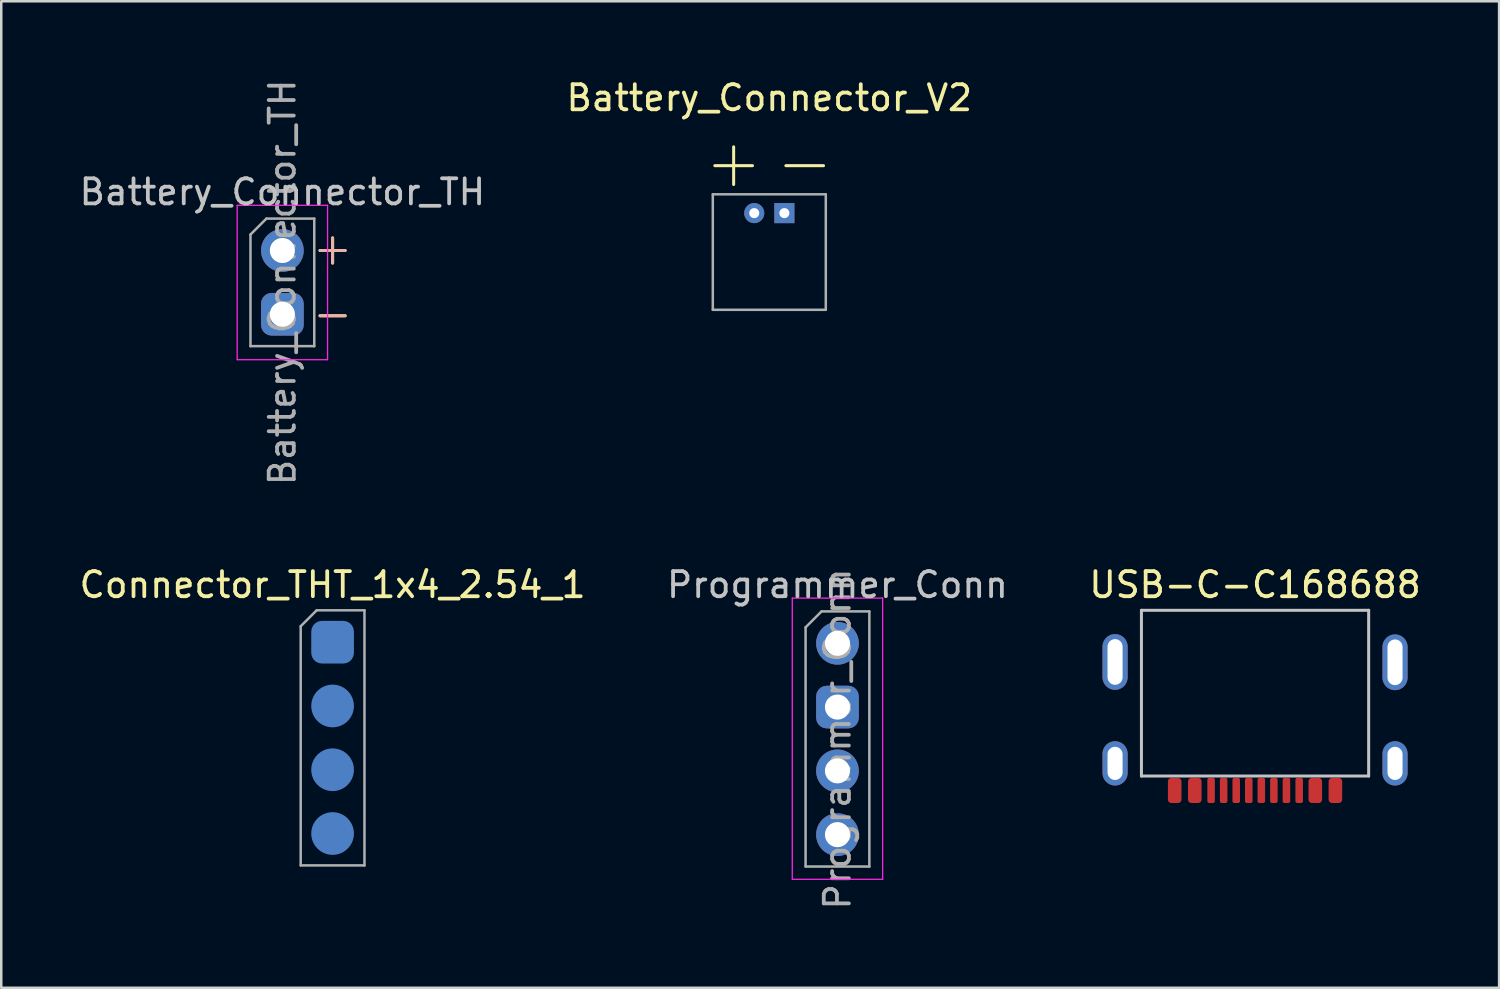
<source format=kicad_pcb>
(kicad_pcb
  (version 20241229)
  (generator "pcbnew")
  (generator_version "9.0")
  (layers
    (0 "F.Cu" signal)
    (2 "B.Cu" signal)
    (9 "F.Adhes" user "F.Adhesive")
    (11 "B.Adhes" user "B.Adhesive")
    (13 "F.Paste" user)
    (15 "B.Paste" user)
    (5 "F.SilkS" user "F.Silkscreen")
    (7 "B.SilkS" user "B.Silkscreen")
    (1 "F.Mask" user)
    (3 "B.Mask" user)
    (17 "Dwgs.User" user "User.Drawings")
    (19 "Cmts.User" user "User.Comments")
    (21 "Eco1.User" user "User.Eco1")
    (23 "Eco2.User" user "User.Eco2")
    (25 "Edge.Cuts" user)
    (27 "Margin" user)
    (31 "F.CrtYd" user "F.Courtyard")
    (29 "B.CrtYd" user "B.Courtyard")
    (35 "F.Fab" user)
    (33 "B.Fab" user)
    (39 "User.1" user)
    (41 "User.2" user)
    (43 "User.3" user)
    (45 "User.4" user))
  (footprint "Programmer_Conn"
    (layer "F.Cu")
    (at 30.304 22.571)
    (property "Reference" "Programmer_Conn" (at 0 -2.33 0) (layer "Dwgs.User") (effects (font (size 1 1) (thickness 0.15))))
    (attr through_hole)
    (fp_line (start -1.8 -1.8) (end -1.8 9.4) (stroke (width 0.05) (type solid)) (layer "F.CrtYd"))
    (fp_line (start -1.8 9.4) (end 1.8 9.4) (stroke (width 0.05) (type solid)) (layer "F.CrtYd"))
    (fp_line (start 1.8 -1.8) (end -1.8 -1.8) (stroke (width 0.05) (type solid)) (layer "F.CrtYd"))
    (fp_line (start 1.8 9.4) (end 1.8 -1.8) (stroke (width 0.05) (type solid)) (layer "F.CrtYd"))
    (fp_line (start -1.27 -0.635) (end -0.635 -1.27) (stroke (width 0.1) (type solid)) (layer "F.Fab"))
    (fp_line (start -1.27 8.89) (end -1.27 -0.635) (stroke (width 0.1) (type solid)) (layer "F.Fab"))
    (fp_line (start -0.635 -1.27) (end 1.27 -1.27) (stroke (width 0.1) (type solid)) (layer "F.Fab"))
    (fp_line (start 1.27 -1.27) (end 1.27 8.89) (stroke (width 0.1) (type solid)) (layer "F.Fab"))
    (fp_line (start 1.27 8.89) (end -1.27 8.89) (stroke (width 0.1) (type solid)) (layer "F.Fab"))
    (fp_text user "${REFERENCE}" (at 0 3.81 90) (layer "F.Fab") (effects (font (size 1 1) (thickness 0.15))))
    (pad "1" thru_hole circle (at 0 0) (size 1.7 1.7) (drill 1) (layers "*.Cu" "*.Mask"))
    (pad "2" thru_hole roundrect (at 0 2.54) (size 1.7 1.7) (drill 1) (layers "*.Cu" "*.Mask") (roundrect_rratio 0.25))
    (pad "3" thru_hole oval (at 0 5.08) (size 1.7 1.7) (drill 1) (layers "*.Cu" "*.Mask"))
    (pad "4" thru_hole oval (at 0 7.62) (size 1.7 1.7) (drill 1) (layers "*.Cu" "*.Mask")))
  (footprint "Connector_THT_1x4_2.54_1"
    (layer "F.Cu")
    (at 10.196 26.337)
    (property "Reference" "Connector_THT_1x4_2.54_1" (at 0 -6.096 0) (layer "F.SilkS") (effects (font (size 1 1) (thickness 0.15))))
    (fp_line (start -1.27 -4.445) (end -0.635 -5.08) (stroke (width 0.1) (type solid)) (layer "F.Fab"))
    (fp_line (start -1.27 5.08) (end -1.27 -4.445) (stroke (width 0.1) (type solid)) (layer "F.Fab"))
    (fp_line (start -0.635 -5.08) (end 1.27 -5.08) (stroke (width 0.1) (type solid)) (layer "F.Fab"))
    (fp_line (start 1.27 -5.08) (end 1.27 5.08) (stroke (width 0.1) (type solid)) (layer "F.Fab"))
    (fp_line (start 1.27 5.08) (end -1.27 5.08) (stroke (width 0.1) (type solid)) (layer "F.Fab"))
    (pad "1" smd roundrect (at 0 -3.81) (size 1.7 1.7) (layers "B.Cu" "B.Mask" "B.Paste") (roundrect_rratio 0.25))
    (pad "2" smd oval (at 0 -1.27) (size 1.7 1.7) (layers "B.Cu" "B.Mask" "B.Paste"))
    (pad "3" smd oval (at 0 1.27) (size 1.7 1.7) (layers "B.Cu" "B.Mask" "B.Paste"))
    (pad "4" smd oval (at 0 3.81) (size 1.7 1.7) (layers "B.Cu" "B.Mask" "B.Paste")))
  (footprint "Battery_Connector_V2"
    (layer "F.Cu")
    (at 27.589 5.438)
    (property "Reference" "Battery_Connector_V2" (at 0 -4.59 0) (unlocked yes) (layer "F.SilkS") (effects (font (size 1 1) (thickness 0.15))))
    (attr smd)
    (fp_line (start -2.17 -1.89) (end -0.67 -1.89) (stroke (width 0.12) (type solid)) (layer "F.SilkS"))
    (fp_line (start -1.42 -2.64) (end -1.42 -1.14) (stroke (width 0.12) (type solid)) (layer "F.SilkS"))
    (fp_line (start 0.66 -1.89) (end 2.16 -1.89) (stroke (width 0.12) (type solid)) (layer "F.SilkS"))
    (fp_line (start -2.25 -0.75) (end -2.25 3.85) (stroke (width 0.1) (type solid)) (layer "F.Fab"))
    (fp_line (start -2.25 -0.75) (end 2.25 -0.75) (stroke (width 0.1) (type solid)) (layer "F.Fab"))
    (fp_line (start -2.25 3.85) (end 2.25 3.85) (stroke (width 0.1) (type solid)) (layer "F.Fab"))
    (fp_line (start 2.25 -0.75) (end 2.25 3.85) (stroke (width 0.1) (type solid)) (layer "F.Fab"))
    (pad "1" thru_hole circle (at -0.6 0) (size 0.8 0.8) (drill 0.4) (layers "*.Cu" "*.Mask"))
    (pad "2" thru_hole rect (at 0.6 0) (size 0.8 0.8) (drill 0.4) (layers "*.Cu" "*.Mask")))
  (footprint "USB-C-C168688"
    (layer "F.Cu")
    (at 46.935 24.432)
    (property "Reference" "USB-C-C168688" (at 0 -4.191 0) (unlocked yes) (layer "F.SilkS") (effects (font (size 1 1) (thickness 0.15))))
    (attr through_hole)
    (fp_line (start -4.525 -3.175) (end -4.525 3.425) (stroke (width 0.12) (type solid)) (layer "Dwgs.User"))
    (fp_line (start -4.525 -3.175) (end 4.525 -3.175) (stroke (width 0.12) (type solid)) (layer "Dwgs.User"))
    (fp_line (start -4.525 3.425) (end 4.525 3.425) (stroke (width 0.12) (type solid)) (layer "Dwgs.User"))
    (fp_line (start 4.525 -3.175) (end 4.525 3.425) (stroke (width 0.12) (type solid)) (layer "Dwgs.User"))
    (pad "A1" smd roundrect (at -3.2 4) (size 0.54 1) (layers "F.Cu" "F.Mask" "F.Paste") (roundrect_rratio 0.25))
    (pad "A1" smd roundrect (at 3.2 4) (size 0.54 1) (layers "F.Cu" "F.Mask" "F.Paste") (roundrect_rratio 0.25))
    (pad "A4" smd roundrect (at -2.4 4) (size 0.54 1) (layers "F.Cu" "F.Mask" "F.Paste") (roundrect_rratio 0.25))
    (pad "A4" smd roundrect (at 2.4 4) (size 0.54 1) (layers "F.Cu" "F.Mask" "F.Paste") (roundrect_rratio 0.25))
    (pad "A5" smd roundrect (at 1.25 4) (size 0.3 1) (layers "F.Cu" "F.Mask" "F.Paste") (roundrect_rratio 0.25))
    (pad "A6" smd roundrect (at 0.25 4) (size 0.3 1) (layers "F.Cu" "F.Mask" "F.Paste") (roundrect_rratio 0.25))
    (pad "A7" smd roundrect (at -0.25 4) (size 0.3 1) (layers "F.Cu" "F.Mask" "F.Paste") (roundrect_rratio 0.25))
    (pad "A8" smd roundrect (at -1.25 4) (size 0.3 1) (layers "F.Cu" "F.Mask" "F.Paste") (roundrect_rratio 0.25))
    (pad "B5" smd roundrect (at -1.75 4) (size 0.3 1) (layers "F.Cu" "F.Mask" "F.Paste") (roundrect_rratio 0.25))
    (pad "B6" smd roundrect (at -0.75 4) (size 0.3 1) (layers "F.Cu" "F.Mask" "F.Paste") (roundrect_rratio 0.25))
    (pad "B7" smd roundrect (at 0.75 4) (size 0.3 1) (layers "F.Cu" "F.Mask" "F.Paste") (roundrect_rratio 0.25))
    (pad "B8" smd roundrect (at 1.758 4) (size 0.3 1) (layers "F.Cu" "F.Mask" "F.Paste") (roundrect_rratio 0.25))
    (pad "S1" thru_hole oval (at -5.575 2.921) (size 1 1.762) (drill oval 0.6 1.319) (layers "*.Cu" "*.Mask"))
    (pad "S1" thru_hole oval (at -5.575 -1.118) (size 1 2.219) (drill oval 0.6 1.819) (layers "*.Cu" "*.Mask"))
    (pad "S1" thru_hole oval (at 5.575 -1.105) (size 1 2.219) (drill oval 0.6 1.819) (layers "*.Cu" "*.Mask"))
    (pad "S1" thru_hole oval (at 5.575 2.921) (size 1 1.762) (drill oval 0.6 1.319) (layers "*.Cu" "*.Mask")))
  (footprint "Battery_Connector_TH"
    (layer "F.Cu")
    (at 8.196 6.926)
    (property "Reference" "Battery_Connector_TH" (at 0 -2.33 0) (layer "Dwgs.User") (effects (font (size 1 1) (thickness 0.15))))
    (attr through_hole)
    (fp_line (start 1.5 0) (end 2.5 0) (stroke (width 0.12) (type default)) (layer "F.SilkS"))
    (fp_line (start 1.5 2.6) (end 2.5 2.6) (stroke (width 0.12) (type default)) (layer "F.SilkS"))
    (fp_line (start 2 -0.5) (end 2 0.5) (stroke (width 0.12) (type default)) (layer "F.SilkS"))
    (fp_line (start 2 -0.5) (end 2 0.5) (stroke (width 0.12) (type default)) (layer "B.SilkS"))
    (fp_line (start 2.5 0) (end 1.5 0) (stroke (width 0.12) (type default)) (layer "B.SilkS"))
    (fp_line (start 2.5 2.6) (end 1.5 2.6) (stroke (width 0.12) (type default)) (layer "B.SilkS"))
    (fp_line (start -1.8 -1.8) (end -1.8 4.35) (stroke (width 0.05) (type solid)) (layer "F.CrtYd"))
    (fp_line (start -1.8 4.35) (end 1.8 4.35) (stroke (width 0.05) (type solid)) (layer "F.CrtYd"))
    (fp_line (start 1.8 -1.8) (end -1.8 -1.8) (stroke (width 0.05) (type solid)) (layer "F.CrtYd"))
    (fp_line (start 1.8 4.35) (end 1.8 -1.8) (stroke (width 0.05) (type solid)) (layer "F.CrtYd"))
    (fp_line (start -1.27 -0.635) (end -0.635 -1.27) (stroke (width 0.1) (type solid)) (layer "F.Fab"))
    (fp_line (start -1.27 3.81) (end -1.27 -0.635) (stroke (width 0.1) (type solid)) (layer "F.Fab"))
    (fp_line (start -0.635 -1.27) (end 1.27 -1.27) (stroke (width 0.1) (type solid)) (layer "F.Fab"))
    (fp_line (start 1.27 -1.27) (end 1.27 3.81) (stroke (width 0.1) (type solid)) (layer "F.Fab"))
    (fp_line (start 1.27 3.81) (end -1.27 3.81) (stroke (width 0.1) (type solid)) (layer "F.Fab"))
    (fp_text user "${REFERENCE}" (at 0 1.27 90) (layer "F.Fab") (effects (font (size 1 1) (thickness 0.15))))
    (pad "1" thru_hole circle (at 0 0) (size 1.7 1.7) (drill 1) (layers "*.Cu" "*.Mask"))
    (pad "2" thru_hole roundrect (at 0 2.54) (size 1.7 1.7) (drill 1) (layers "*.Cu" "*.Mask") (roundrect_rratio 0.25)))
  (gr_rect
    (start -3 -3)
    (end 56.655 36.292)
    (stroke (width 0.1) (type default))
    (fill no)
    (layer "Edge.Cuts")))
</source>
